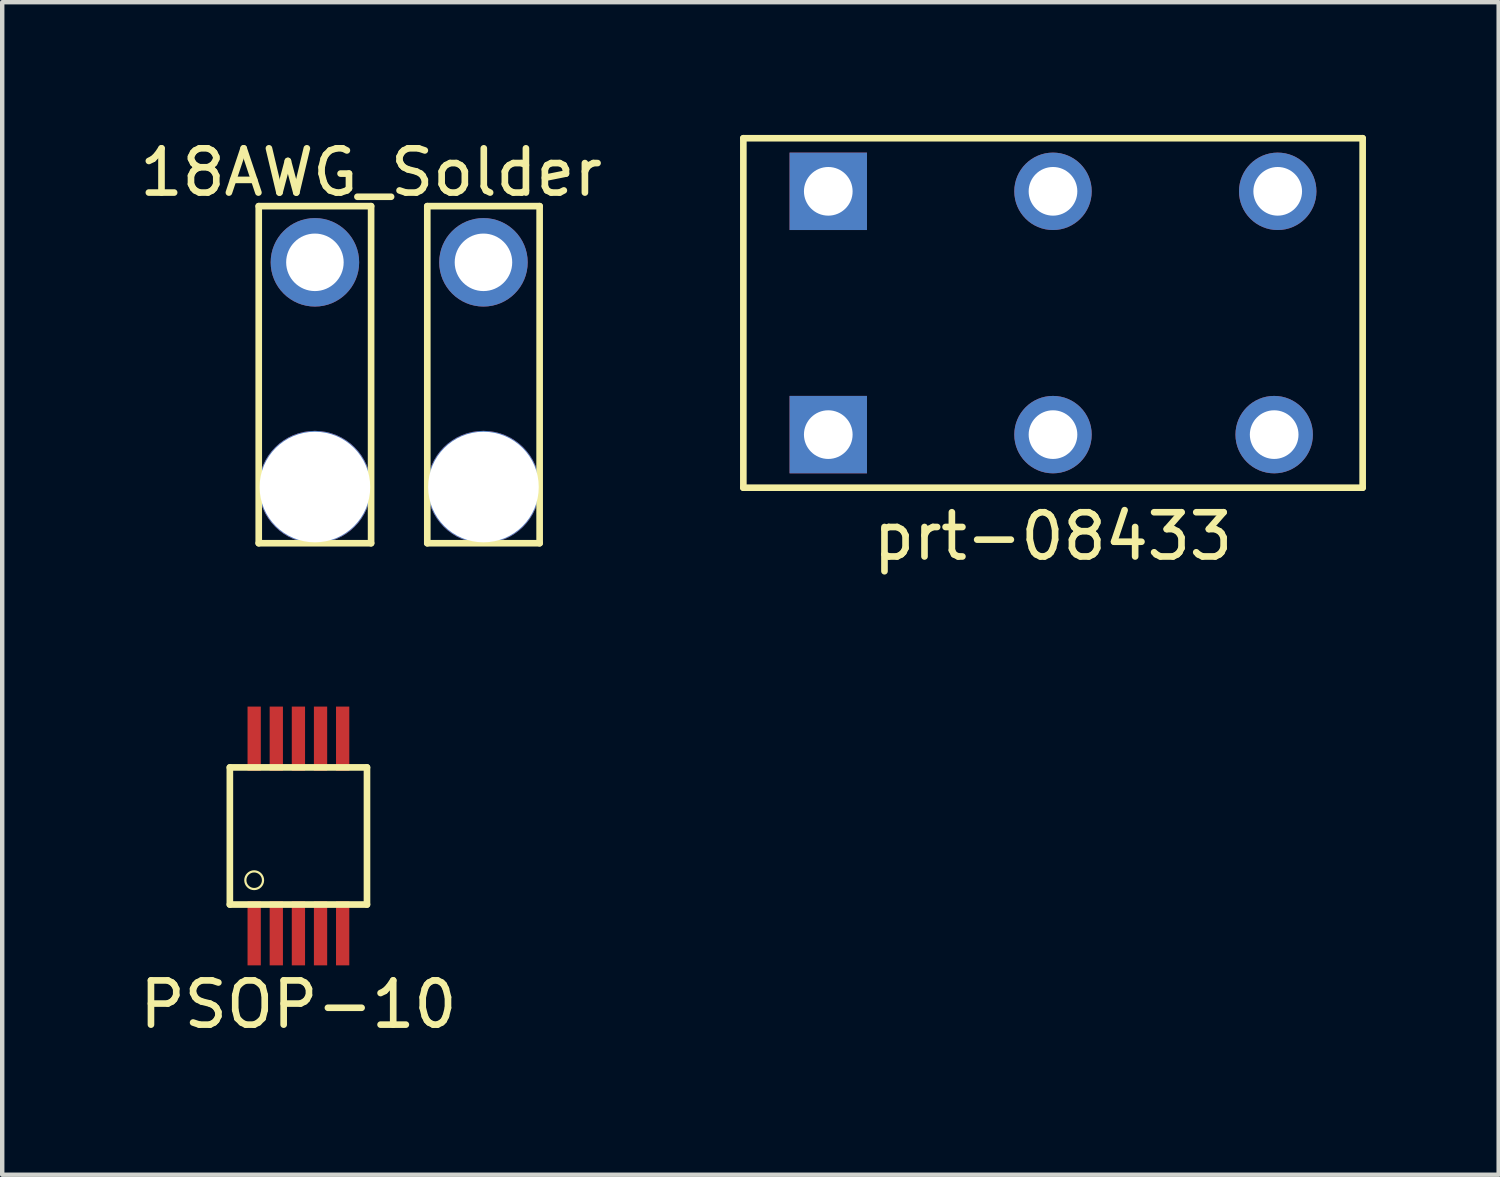
<source format=kicad_pcb>
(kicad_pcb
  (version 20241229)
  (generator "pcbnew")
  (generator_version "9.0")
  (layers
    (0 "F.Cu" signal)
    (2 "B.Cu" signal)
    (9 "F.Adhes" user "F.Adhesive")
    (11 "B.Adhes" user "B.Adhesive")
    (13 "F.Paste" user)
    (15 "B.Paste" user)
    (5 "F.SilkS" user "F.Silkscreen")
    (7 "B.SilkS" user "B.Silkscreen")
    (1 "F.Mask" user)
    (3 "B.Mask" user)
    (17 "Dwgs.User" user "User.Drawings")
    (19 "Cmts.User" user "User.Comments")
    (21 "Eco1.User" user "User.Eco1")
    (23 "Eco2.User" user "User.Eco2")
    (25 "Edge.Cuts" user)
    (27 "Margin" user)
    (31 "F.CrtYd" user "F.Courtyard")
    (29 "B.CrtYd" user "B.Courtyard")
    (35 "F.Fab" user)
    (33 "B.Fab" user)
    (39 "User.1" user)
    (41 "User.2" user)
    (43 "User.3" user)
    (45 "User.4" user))
  (footprint "18AWG_Solder"
    (layer "F.Cu")
    (at 5.339 5.42)
    (property "Reference" "18AWG_Solder" (at 0 -4.572 0) (layer "F.SilkS") (effects (font (size 1 1) (thickness 0.15))))
    (attr through_hole)
    (fp_line (start -2.54 -3.81) (end -2.54 3.81) (stroke (width 0.15) (type solid)) (layer "F.SilkS"))
    (fp_line (start -2.54 3.81) (end 0 3.81) (stroke (width 0.15) (type solid)) (layer "F.SilkS"))
    (fp_line (start 0 -3.81) (end -2.54 -3.81) (stroke (width 0.15) (type solid)) (layer "F.SilkS"))
    (fp_line (start 0 3.81) (end 0 -3.81) (stroke (width 0.15) (type solid)) (layer "F.SilkS"))
    (fp_line (start 1.27 -3.81) (end 1.27 3.81) (stroke (width 0.15) (type solid)) (layer "F.SilkS"))
    (fp_line (start 1.27 3.81) (end 3.81 3.81) (stroke (width 0.15) (type solid)) (layer "F.SilkS"))
    (fp_line (start 3.81 -3.81) (end 1.27 -3.81) (stroke (width 0.15) (type solid)) (layer "F.SilkS"))
    (fp_line (start 3.81 3.81) (end 3.81 -3.81) (stroke (width 0.15) (type solid)) (layer "F.SilkS"))
    (pad "1" thru_hole circle (at -1.27 -2.54) (size 2 2) (drill 1.3) (layers "*.Cu" "*.Mask"))
    (pad "2" thru_hole circle (at 2.54 -2.54) (size 2 2) (drill 1.3) (layers "*.Cu" "*.Mask"))
    (pad "3" thru_hole circle (at -1.27 2.54) (size 2.54 2.54) (drill 2.5) (layers "*.Cu" "*.Mask"))
    (pad "3" thru_hole circle (at 2.54 2.54) (size 2.54 2.54) (drill 2.5) (layers "*.Cu" "*.Mask")))
  (footprint "prt-08433"
    (layer "F.Cu")
    (at 20.754 6.775)
    (property "Reference" "prt-08433" (at 0 2.3 0) (layer "F.SilkS") (effects (font (size 1 1) (thickness 0.15))))
    (attr through_hole)
    (fp_line (start -7 -6.7) (end 7 -6.7) (stroke (width 0.15) (type solid)) (layer "F.SilkS"))
    (fp_line (start -7 1.2) (end -7 -6.7) (stroke (width 0.15) (type solid)) (layer "F.SilkS"))
    (fp_line (start 7 -6.7) (end 7 1.2) (stroke (width 0.15) (type solid)) (layer "F.SilkS"))
    (fp_line (start 7 1.2) (end -7 1.2) (stroke (width 0.15) (type solid)) (layer "F.SilkS"))
    (pad "1" thru_hole rect (at -5.08 -5.5) (size 1.75 1.75) (drill 1.1) (layers "*.Cu" "*.Mask"))
    (pad "1" thru_hole rect (at -5.08 0) (size 1.75 1.75) (drill 1.1) (layers "*.Cu" "*.Mask"))
    (pad "2" thru_hole circle (at 0 -5.5) (size 1.75 1.75) (drill 1.1) (layers "*.Cu" "*.Mask"))
    (pad "2" thru_hole circle (at 0 0) (size 1.75 1.75) (drill 1.1) (layers "*.Cu" "*.Mask"))
    (pad "3" thru_hole circle (at 5 0) (size 1.75 1.75) (drill 1.1) (layers "*.Cu" "*.Mask"))
    (pad "3" thru_hole circle (at 5.08 -5.5) (size 1.75 1.75) (drill 1.1) (layers "*.Cu" "*.Mask")))
  (footprint "PSOP-10"
    (layer "F.Cu")
    (at 3.696 15.848)
    (property "Reference" "PSOP-10" (at 0 3.81 0) (layer "F.SilkS") (effects (font (size 1 1) (thickness 0.15))))
    (attr through_hole)
    (fp_line (start -1.55 -1.55) (end 1.55 -1.55) (stroke (width 0.15) (type solid)) (layer "F.SilkS"))
    (fp_line (start -1.55 1.55) (end -1.55 -1.55) (stroke (width 0.15) (type solid)) (layer "F.SilkS"))
    (fp_line (start 1.55 -1.55) (end 1.55 1.55) (stroke (width 0.15) (type solid)) (layer "F.SilkS"))
    (fp_line (start 1.55 1.55) (end -1.55 1.55) (stroke (width 0.15) (type solid)) (layer "F.SilkS"))
    (fp_circle (center -1 1) (end -0.8 1) (stroke (width 0.05) (type solid)) (fill no) (layer "F.SilkS"))
    (pad "1" smd rect (at -1 2.2) (size 0.3 1.45) (layers "F.Cu" "F.Mask" "F.Paste"))
    (pad "2" smd rect (at -0.5 2.2) (size 0.3 1.45) (layers "F.Cu" "F.Mask" "F.Paste"))
    (pad "3" smd rect (at 0 2.2) (size 0.3 1.45) (layers "F.Cu" "F.Mask" "F.Paste"))
    (pad "4" smd rect (at 0.5 2.2) (size 0.3 1.45) (layers "F.Cu" "F.Mask" "F.Paste"))
    (pad "5" smd rect (at 1 2.2) (size 0.3 1.45) (layers "F.Cu" "F.Mask" "F.Paste"))
    (pad "6" smd rect (at 1 -2.2) (size 0.3 1.45) (layers "F.Cu" "F.Mask" "F.Paste"))
    (pad "7" smd rect (at 0.5 -2.2) (size 0.3 1.45) (layers "F.Cu" "F.Mask" "F.Paste"))
    (pad "8" smd rect (at 0 -2.2) (size 0.3 1.45) (layers "F.Cu" "F.Mask" "F.Paste"))
    (pad "9" smd rect (at -0.5 -2.2) (size 0.3 1.45) (layers "F.Cu" "F.Mask" "F.Paste"))
    (pad "10" smd rect (at -1 -2.2) (size 0.3 1.45) (layers "F.Cu" "F.Mask" "F.Paste")))
  (gr_rect
    (start -3 -3)
    (end 30.829 23.506)
    (stroke (width 0.1) (type default))
    (fill no)
    (layer "Edge.Cuts")))
</source>
